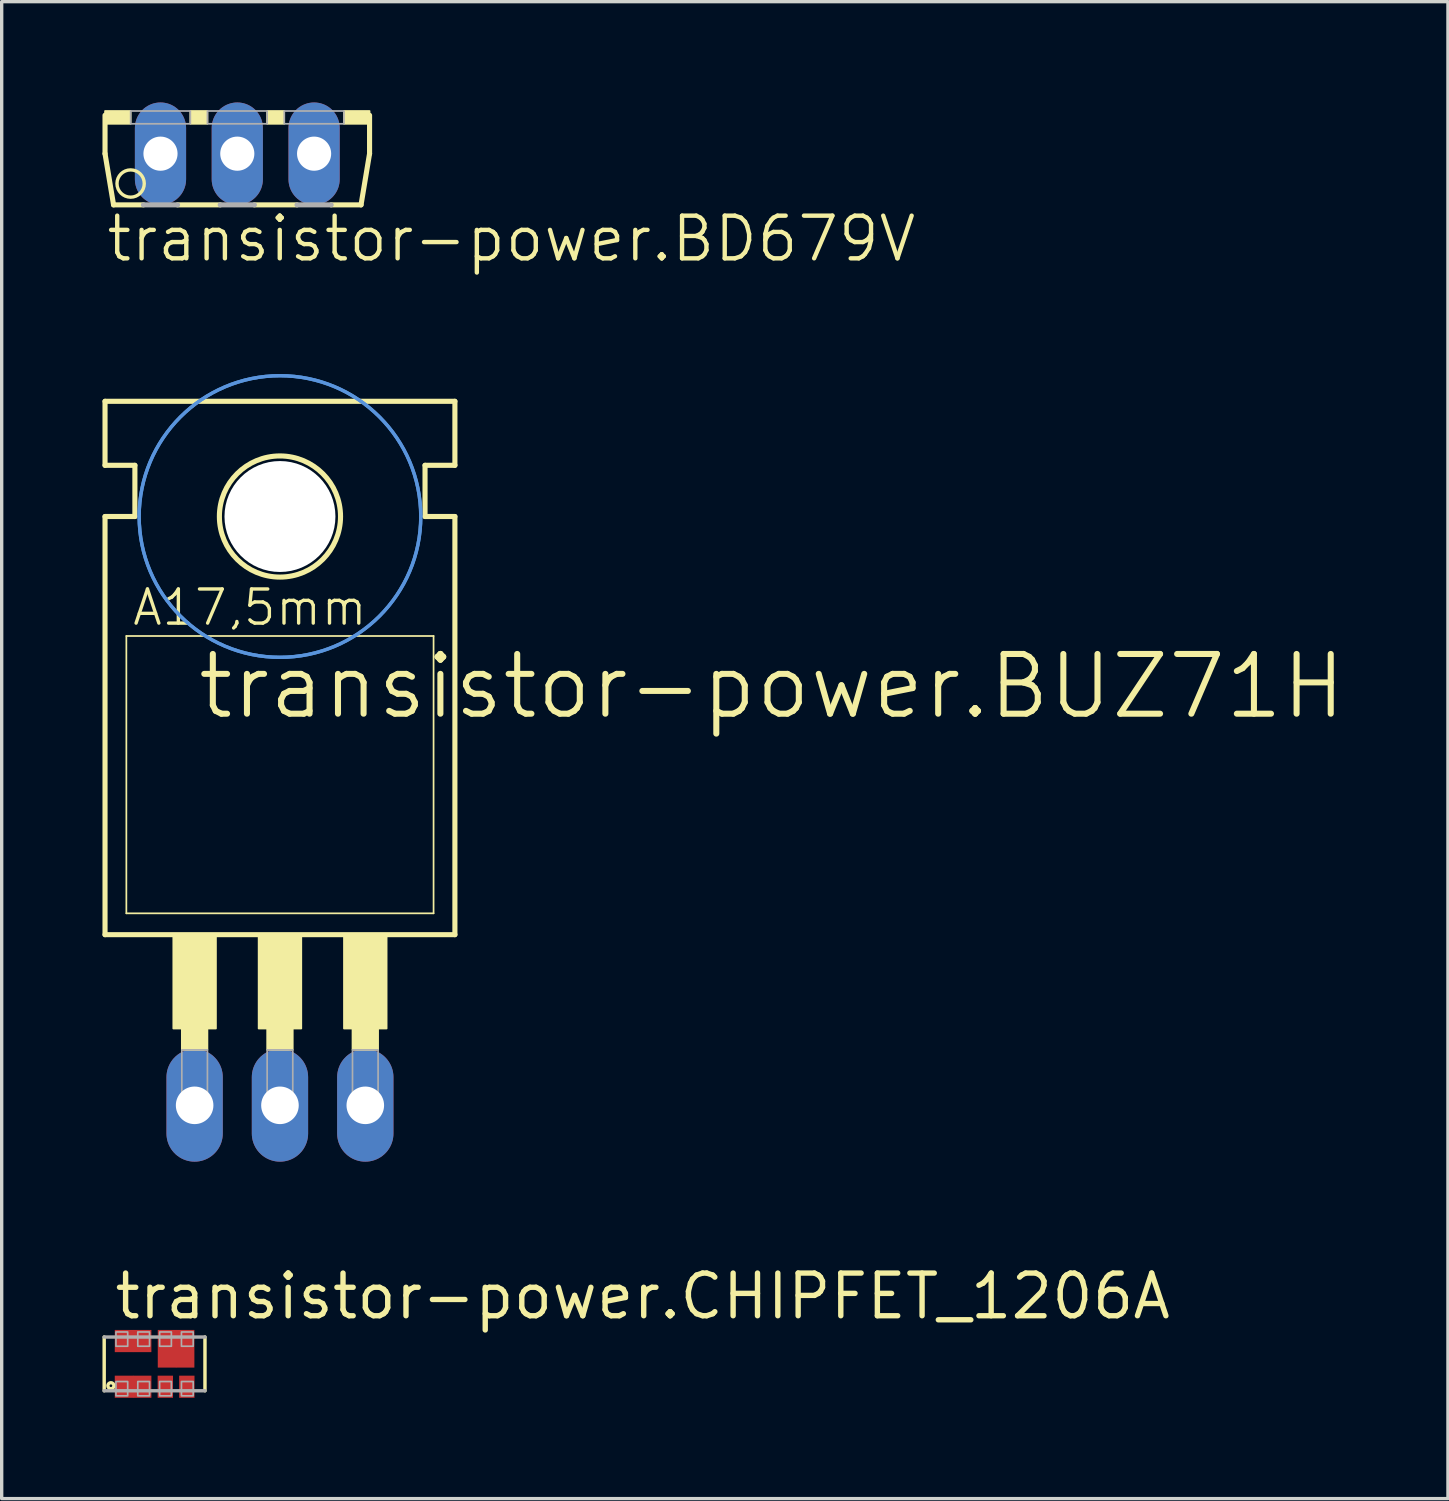
<source format=kicad_pcb>
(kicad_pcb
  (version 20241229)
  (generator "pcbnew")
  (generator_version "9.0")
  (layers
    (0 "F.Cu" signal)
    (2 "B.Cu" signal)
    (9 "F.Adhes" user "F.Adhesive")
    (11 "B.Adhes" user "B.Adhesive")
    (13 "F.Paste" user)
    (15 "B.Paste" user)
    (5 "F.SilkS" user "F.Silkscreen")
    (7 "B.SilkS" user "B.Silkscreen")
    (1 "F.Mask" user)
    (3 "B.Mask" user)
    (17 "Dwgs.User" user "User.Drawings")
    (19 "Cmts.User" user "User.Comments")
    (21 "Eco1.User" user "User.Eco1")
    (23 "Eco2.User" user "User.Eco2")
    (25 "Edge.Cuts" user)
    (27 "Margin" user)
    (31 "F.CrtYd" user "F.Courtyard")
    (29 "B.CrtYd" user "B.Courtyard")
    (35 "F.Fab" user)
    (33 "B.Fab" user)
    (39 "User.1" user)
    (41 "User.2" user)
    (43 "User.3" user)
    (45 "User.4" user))
  (footprint "transistor-power.BD679V"
    (layer "F.Cu")
    (at 4.013 0.254)
    (property "Reference" "transistor-power.BD679V" (at -3.962 4.547 0) (layer "F.SilkS") (effects (font (size 1.27 1.27) (thickness 0.13)) (justify left bottom)))
    (attr through_hole)
    (fp_line (start -3.937 0.127) (end -3.937 1.27) (stroke (width 0.152) (type default)) (layer "F.SilkS"))
    (fp_line (start -3.937 1.27) (end -3.683 2.794) (stroke (width 0.152) (type default)) (layer "F.SilkS"))
    (fp_line (start -2.794 2.794) (end -3.683 2.794) (stroke (width 0.152) (type default)) (layer "F.SilkS"))
    (fp_line (start -0.508 2.794) (end -1.778 2.794) (stroke (width 0.152) (type default)) (layer "F.SilkS"))
    (fp_line (start 1.778 2.794) (end 0.508 2.794) (stroke (width 0.152) (type default)) (layer "F.SilkS"))
    (fp_line (start 3.683 2.794) (end 2.794 2.794) (stroke (width 0.152) (type default)) (layer "F.SilkS"))
    (fp_line (start 3.683 2.794) (end 3.937 1.27) (stroke (width 0.152) (type default)) (layer "F.SilkS"))
    (fp_line (start 3.937 1.27) (end 3.937 0.127) (stroke (width 0.152) (type default)) (layer "F.SilkS"))
    (fp_rect (start -3.937 0.381) (end -3.175 0) (stroke (width 0.05) (type default)) (fill yes) (layer "F.SilkS"))
    (fp_rect (start -1.397 0.381) (end -0.889 0) (stroke (width 0.05) (type default)) (fill yes) (layer "F.SilkS"))
    (fp_rect (start 0.889 0.381) (end 1.397 0) (stroke (width 0.05) (type default)) (fill yes) (layer "F.SilkS"))
    (fp_rect (start 3.175 0.381) (end 3.937 0) (stroke (width 0.05) (type default)) (fill yes) (layer "F.SilkS"))
    (fp_circle (center -3.175 2.159) (end -2.769 2.159) (stroke (width 0.1) (type default)) (fill no) (layer "F.SilkS"))
    (fp_line (start -1.778 2.794) (end -2.794 2.794) (stroke (width 0.152) (type default)) (layer "F.Fab"))
    (fp_line (start 0.508 2.794) (end -0.508 2.794) (stroke (width 0.152) (type default)) (layer "F.Fab"))
    (fp_line (start 2.794 2.794) (end 1.778 2.794) (stroke (width 0.152) (type default)) (layer "F.Fab"))
    (fp_rect (start -3.175 0.381) (end -1.397 0) (stroke (width 0.05) (type default)) (fill no) (layer "F.Fab"))
    (fp_rect (start -0.889 0.381) (end 0.889 0) (stroke (width 0.05) (type default)) (fill no) (layer "F.Fab"))
    (fp_rect (start 1.397 0.381) (end 3.175 0) (stroke (width 0.05) (type default)) (fill no) (layer "F.Fab"))
    (pad "B" thru_hole oval (at 2.286 1.27 90) (size 3.048 1.524) (drill 1.016) (layers "*.Cu" "*.Mask"))
    (pad "C" thru_hole oval (at 0 1.27 90) (size 3.048 1.524) (drill 1.016) (layers "*.Cu" "*.Mask"))
    (pad "E" thru_hole oval (at -2.286 1.27 90) (size 3.048 1.524) (drill 1.016) (layers "*.Cu" "*.Mask")))
  (footprint "transistor-power.CHIPFET_1206A"
    (layer "F.Cu")
    (at 1.551 37.546)
    (property "Reference" "transistor-power.CHIPFET_1206A" (at -1.27 -1.27 0) (layer "F.SilkS") (effects (font (size 1.27 1.27) (thickness 0.16)) (justify left bottom)))
    (attr smd)
    (fp_line (start -1.5 0.8) (end -1.5 -0.8) (stroke (width 0.102) (type default)) (layer "F.SilkS"))
    (fp_line (start 1.5 -0.8) (end 1.5 0.8) (stroke (width 0.102) (type default)) (layer "F.SilkS"))
    (fp_circle (center -1.3 0.65) (end -1.21 0.65) (stroke (width 0.1) (type default)) (fill no) (layer "F.SilkS"))
    (fp_line (start -1.5 -0.8) (end 1.5 -0.8) (stroke (width 0.102) (type default)) (layer "F.Fab"))
    (fp_line (start 1.5 0.8) (end -1.5 0.8) (stroke (width 0.102) (type default)) (layer "F.Fab"))
    (fp_rect (start -1.15 -0.525) (end -0.8 -0.95) (stroke (width 0.05) (type default)) (fill no) (layer "F.Fab"))
    (fp_rect (start -1.15 0.95) (end -0.8 0.525) (stroke (width 0.05) (type default)) (fill no) (layer "F.Fab"))
    (fp_rect (start -0.5 -0.525) (end -0.15 -0.95) (stroke (width 0.05) (type default)) (fill no) (layer "F.Fab"))
    (fp_rect (start -0.5 0.95) (end -0.15 0.525) (stroke (width 0.05) (type default)) (fill no) (layer "F.Fab"))
    (fp_rect (start 0.15 -0.525) (end 0.5 -0.95) (stroke (width 0.05) (type default)) (fill no) (layer "F.Fab"))
    (fp_rect (start 0.15 0.95) (end 0.5 0.525) (stroke (width 0.05) (type default)) (fill no) (layer "F.Fab"))
    (fp_rect (start 0.8 -0.525) (end 1.15 -0.95) (stroke (width 0.05) (type default)) (fill no) (layer "F.Fab"))
    (fp_rect (start 0.8 0.95) (end 1.15 0.525) (stroke (width 0.05) (type default)) (fill no) (layer "F.Fab"))
    (pad "1" smd roundrect (at -0.91 0.68) (size 0.55 0.66) (layers "F.Cu" "F.Mask" "F.Paste") (roundrect_rratio 0.01))
    (pad "2" smd roundrect (at -0.37 0.68) (size 0.55 0.66) (layers "F.Cu" "F.Mask" "F.Paste") (roundrect_rratio 0.01))
    (pad "3" smd roundrect (at 0.32 0.68) (size 0.457 0.66) (layers "F.Cu" "F.Mask" "F.Paste") (roundrect_rratio 0.01))
    (pad "4" smd roundrect (at 0.96 0.68) (size 0.457 0.66) (layers "F.Cu" "F.Mask" "F.Paste") (roundrect_rratio 0.01))
    (pad "5" smd roundrect (at 0.91 -0.45) (size 0.55 1.12) (layers "F.Cu" "F.Mask" "F.Paste") (roundrect_rratio 0.01))
    (pad "6" smd roundrect (at 0.37 -0.45) (size 0.55 1.12) (layers "F.Cu" "F.Mask" "F.Paste") (roundrect_rratio 0.01))
    (pad "7" smd roundrect (at -0.37 -0.68) (size 0.55 0.66) (layers "F.Cu" "F.Mask" "F.Paste") (roundrect_rratio 0.01))
    (pad "8" smd roundrect (at -0.91 -0.68) (size 0.55 0.66) (layers "F.Cu" "F.Mask" "F.Paste") (roundrect_rratio 0.01)))
  (footprint "transistor-power.BUZ71H"
    (layer "F.Cu")
    (at 5.283 23.5)
    (property "Reference" "transistor-power.BUZ71H" (at -2.54 -5.08 0) (layer "F.SilkS") (effects (font (size 1.778 1.778) (thickness 0.18)) (justify left bottom)))
    (attr through_hole)
    (fp_line (start -5.207 -12.7) (end -5.207 -14.605) (stroke (width 0.152) (type default)) (layer "F.SilkS"))
    (fp_line (start -5.207 -11.176) (end -4.318 -11.176) (stroke (width 0.152) (type default)) (layer "F.SilkS"))
    (fp_line (start -5.207 1.27) (end -5.207 -11.176) (stroke (width 0.152) (type default)) (layer "F.SilkS"))
    (fp_line (start -5.207 1.27) (end 5.207 1.27) (stroke (width 0.152) (type default)) (layer "F.SilkS"))
    (fp_line (start -4.572 0.635) (end -4.572 -7.62) (stroke (width 0.051) (type default)) (layer "F.SilkS"))
    (fp_line (start -4.572 0.635) (end 4.572 0.635) (stroke (width 0.051) (type default)) (layer "F.SilkS"))
    (fp_line (start -4.318 -12.7) (end -5.207 -12.7) (stroke (width 0.152) (type default)) (layer "F.SilkS"))
    (fp_line (start -4.318 -11.176) (end -4.318 -12.7) (stroke (width 0.152) (type default)) (layer "F.SilkS"))
    (fp_line (start 4.318 -12.7) (end 5.207 -12.7) (stroke (width 0.152) (type default)) (layer "F.SilkS"))
    (fp_line (start 4.318 -11.176) (end 4.318 -12.7) (stroke (width 0.152) (type default)) (layer "F.SilkS"))
    (fp_line (start 4.572 -7.62) (end -4.572 -7.62) (stroke (width 0.051) (type default)) (layer "F.SilkS"))
    (fp_line (start 4.572 -7.62) (end 4.572 0.635) (stroke (width 0.051) (type default)) (layer "F.SilkS"))
    (fp_line (start 5.207 -14.605) (end -5.207 -14.605) (stroke (width 0.152) (type default)) (layer "F.SilkS"))
    (fp_line (start 5.207 -12.7) (end 5.207 -14.605) (stroke (width 0.152) (type default)) (layer "F.SilkS"))
    (fp_line (start 5.207 -11.176) (end 4.318 -11.176) (stroke (width 0.152) (type default)) (layer "F.SilkS"))
    (fp_line (start 5.207 1.27) (end 5.207 -11.176) (stroke (width 0.152) (type default)) (layer "F.SilkS"))
    (fp_rect (start -3.175 4.064) (end -1.905 1.27) (stroke (width 0.05) (type default)) (fill yes) (layer "F.SilkS"))
    (fp_rect (start -2.921 4.699) (end -2.159 4.064) (stroke (width 0.05) (type default)) (fill yes) (layer "F.SilkS"))
    (fp_rect (start -0.635 4.064) (end 0.635 1.27) (stroke (width 0.05) (type default)) (fill yes) (layer "F.SilkS"))
    (fp_rect (start -0.381 4.699) (end 0.381 4.064) (stroke (width 0.05) (type default)) (fill yes) (layer "F.SilkS"))
    (fp_rect (start 1.905 4.064) (end 3.175 1.27) (stroke (width 0.05) (type default)) (fill yes) (layer "F.SilkS"))
    (fp_rect (start 2.159 4.699) (end 2.921 4.064) (stroke (width 0.05) (type default)) (fill yes) (layer "F.SilkS"))
    (fp_circle (center 0 -11.176) (end 1.803 -11.176) (stroke (width 0.152) (type default)) (fill no) (layer "F.SilkS"))
    (fp_circle (center 0 -11.176) (end 4.191 -11.176) (stroke (width 0.1) (type default)) (fill no) (layer "Cmts.User"))
    (fp_circle (center 0 -11.176) (end 4.191 -11.176) (stroke (width 0.1) (type default)) (fill no) (layer "Cmts.User"))
    (fp_rect (start -2.921 6.604) (end -2.159 4.699) (stroke (width 0.05) (type default)) (fill no) (layer "F.Fab"))
    (fp_rect (start -0.381 6.604) (end 0.381 4.699) (stroke (width 0.05) (type default)) (fill no) (layer "F.Fab"))
    (fp_rect (start 2.159 6.604) (end 2.921 4.699) (stroke (width 0.05) (type default)) (fill no) (layer "F.Fab"))
    (fp_text user "A17,5mm" (at -4.445 -7.874 0) (layer "F.SilkS") (effects (font (size 1.016 1.016) (thickness 0.1)) (justify left bottom)))
    (pad "" np_thru_hole circle (at 0 -11.176) (size 3.302 3.302) (drill 3.302) (layers "*.Cu" "*.Mask"))
    (pad "D" thru_hole oval (at 0 6.35 90) (size 3.353 1.676) (drill 1.118) (layers "*.Cu" "*.Mask"))
    (pad "G" thru_hole oval (at -2.54 6.35 90) (size 3.353 1.676) (drill 1.118) (layers "*.Cu" "*.Mask"))
    (pad "S" thru_hole oval (at 2.54 6.35 90) (size 3.353 1.676) (drill 1.118) (layers "*.Cu" "*.Mask")))
  (gr_rect
    (start -3 -3)
    (end 40.048 41.556)
    (stroke (width 0.1) (type default))
    (fill no)
    (layer "Edge.Cuts")))
</source>
